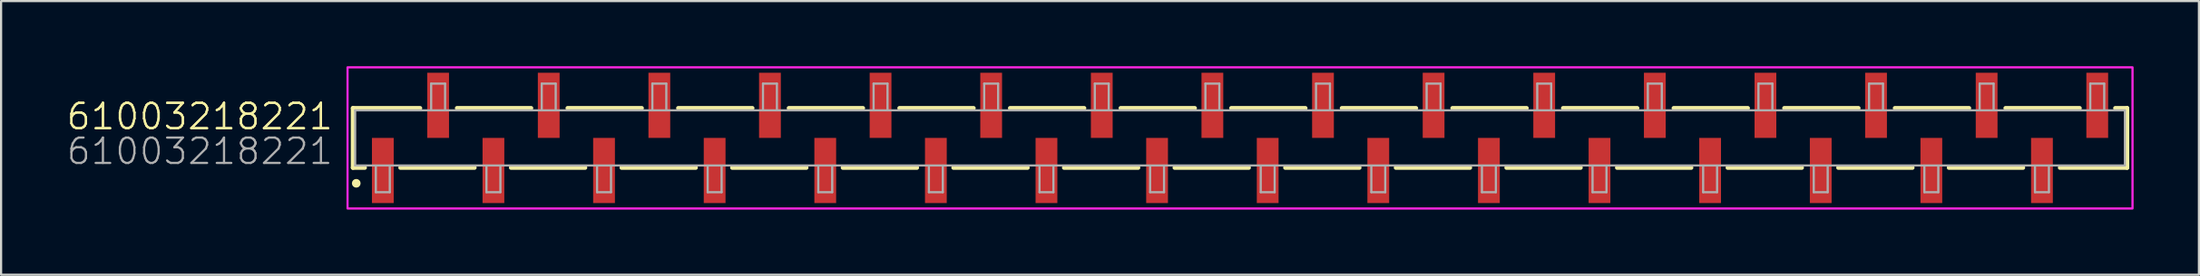
<source format=kicad_pcb>
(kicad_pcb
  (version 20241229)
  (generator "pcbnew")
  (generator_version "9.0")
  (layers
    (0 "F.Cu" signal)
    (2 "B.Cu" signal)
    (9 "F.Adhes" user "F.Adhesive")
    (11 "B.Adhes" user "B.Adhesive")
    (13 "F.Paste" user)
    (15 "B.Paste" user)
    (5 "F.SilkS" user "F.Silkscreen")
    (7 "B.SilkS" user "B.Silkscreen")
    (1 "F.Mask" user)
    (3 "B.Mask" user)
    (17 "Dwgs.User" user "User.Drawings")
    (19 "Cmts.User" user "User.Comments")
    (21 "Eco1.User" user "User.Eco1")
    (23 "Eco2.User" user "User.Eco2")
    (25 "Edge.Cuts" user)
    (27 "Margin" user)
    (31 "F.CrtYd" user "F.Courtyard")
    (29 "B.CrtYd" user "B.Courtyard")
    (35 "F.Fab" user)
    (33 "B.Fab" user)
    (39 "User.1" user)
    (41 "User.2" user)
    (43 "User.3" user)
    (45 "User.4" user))
  (footprint "61003218221"
    (layer "F.Cu")
    (at 53.902 3.3)
    (property "Reference" "61003218221" (at -41.59 -0.3 0) (unlocked yes) (layer "F.SilkS") (effects (font (size 1.168 1.168) (thickness 0.102)) (justify right bottom)))
    (property "Value" "61003218221" (at -41.59 1.3 0) (unlocked yes) (layer "F.Fab") (hide yes) (effects (font (size 1.168 1.168) (thickness 0.102)) (justify right bottom)))
    (fp_line (start -40.74 -1.37) (end -40.74 1.37) (stroke (width 0.2) (type solid)) (layer "F.SilkS"))
    (fp_line (start -40.74 1.37) (end -40.2 1.37) (stroke (width 0.2) (type solid)) (layer "F.SilkS"))
    (fp_line (start -38.56 1.37) (end -35.16 1.37) (stroke (width 0.2) (type solid)) (layer "F.SilkS"))
    (fp_line (start -37.66 -1.37) (end -40.74 -1.37) (stroke (width 0.2) (type solid)) (layer "F.SilkS"))
    (fp_line (start -35.96 -1.37) (end -32.56 -1.37) (stroke (width 0.2) (type solid)) (layer "F.SilkS"))
    (fp_line (start -33.48 1.37) (end -30.08 1.37) (stroke (width 0.2) (type solid)) (layer "F.SilkS"))
    (fp_line (start -30.88 -1.37) (end -27.48 -1.37) (stroke (width 0.2) (type solid)) (layer "F.SilkS"))
    (fp_line (start -28.4 1.37) (end -25 1.37) (stroke (width 0.2) (type solid)) (layer "F.SilkS"))
    (fp_line (start -25.8 -1.37) (end -22.4 -1.37) (stroke (width 0.2) (type solid)) (layer "F.SilkS"))
    (fp_line (start -23.32 1.37) (end -19.92 1.37) (stroke (width 0.2) (type solid)) (layer "F.SilkS"))
    (fp_line (start -20.72 -1.37) (end -17.32 -1.37) (stroke (width 0.2) (type solid)) (layer "F.SilkS"))
    (fp_line (start -18.24 1.37) (end -14.84 1.37) (stroke (width 0.2) (type solid)) (layer "F.SilkS"))
    (fp_line (start -15.64 -1.37) (end -12.24 -1.37) (stroke (width 0.2) (type solid)) (layer "F.SilkS"))
    (fp_line (start -13.16 1.37) (end -9.76 1.37) (stroke (width 0.2) (type solid)) (layer "F.SilkS"))
    (fp_line (start -10.56 -1.37) (end -7.16 -1.37) (stroke (width 0.2) (type solid)) (layer "F.SilkS"))
    (fp_line (start -8.08 1.37) (end -4.68 1.37) (stroke (width 0.2) (type solid)) (layer "F.SilkS"))
    (fp_line (start -5.48 -1.37) (end -2.08 -1.37) (stroke (width 0.2) (type solid)) (layer "F.SilkS"))
    (fp_line (start -0.4 -1.37) (end 3 -1.37) (stroke (width 0.2) (type solid)) (layer "F.SilkS"))
    (fp_line (start 0.4 1.37) (end -3 1.37) (stroke (width 0.2) (type solid)) (layer "F.SilkS"))
    (fp_line (start 4.68 -1.37) (end 8.08 -1.37) (stroke (width 0.2) (type solid)) (layer "F.SilkS"))
    (fp_line (start 5.48 1.37) (end 2.08 1.37) (stroke (width 0.2) (type solid)) (layer "F.SilkS"))
    (fp_line (start 9.76 -1.37) (end 13.16 -1.37) (stroke (width 0.2) (type solid)) (layer "F.SilkS"))
    (fp_line (start 10.56 1.37) (end 7.16 1.37) (stroke (width 0.2) (type solid)) (layer "F.SilkS"))
    (fp_line (start 14.84 -1.37) (end 18.24 -1.37) (stroke (width 0.2) (type solid)) (layer "F.SilkS"))
    (fp_line (start 15.64 1.37) (end 12.24 1.37) (stroke (width 0.2) (type solid)) (layer "F.SilkS"))
    (fp_line (start 19.92 -1.37) (end 23.32 -1.37) (stroke (width 0.2) (type solid)) (layer "F.SilkS"))
    (fp_line (start 20.72 1.37) (end 17.32 1.37) (stroke (width 0.2) (type solid)) (layer "F.SilkS"))
    (fp_line (start 25 -1.37) (end 28.4 -1.37) (stroke (width 0.2) (type solid)) (layer "F.SilkS"))
    (fp_line (start 25.8 1.37) (end 22.4 1.37) (stroke (width 0.2) (type solid)) (layer "F.SilkS"))
    (fp_line (start 30.08 -1.37) (end 33.48 -1.37) (stroke (width 0.2) (type solid)) (layer "F.SilkS"))
    (fp_line (start 30.88 1.37) (end 27.48 1.37) (stroke (width 0.2) (type solid)) (layer "F.SilkS"))
    (fp_line (start 35.16 -1.37) (end 38.56 -1.37) (stroke (width 0.2) (type solid)) (layer "F.SilkS"))
    (fp_line (start 35.96 1.37) (end 32.56 1.37) (stroke (width 0.2) (type solid)) (layer "F.SilkS"))
    (fp_line (start 37.66 1.37) (end 40.74 1.37) (stroke (width 0.2) (type solid)) (layer "F.SilkS"))
    (fp_line (start 40.74 -1.37) (end 40.2 -1.37) (stroke (width 0.2) (type solid)) (layer "F.SilkS"))
    (fp_line (start 40.74 1.37) (end 40.74 -1.37) (stroke (width 0.2) (type solid)) (layer "F.SilkS"))
    (fp_circle (center -40.59 2.09) (end -40.49 2.09) (stroke (width 0.2) (type solid)) (fill no) (layer "F.SilkS"))
    (fp_poly (pts (xy 40.99 3.25) (xy -40.99 3.25) (xy -40.99 -3.25) (xy 40.99 -3.25)) (stroke (width 0.1) (type default)) (fill no) (layer "F.CrtYd"))
    (fp_line (start -40.64 -1.27) (end -40.64 1.27) (stroke (width 0.1) (type solid)) (layer "F.Fab"))
    (fp_line (start -40.64 1.27) (end 40.64 1.27) (stroke (width 0.1) (type solid)) (layer "F.Fab"))
    (fp_line (start -39.69 2.5) (end -39.69 1.3) (stroke (width 0.1) (type solid)) (layer "F.Fab"))
    (fp_line (start -39.05 1.3) (end -39.05 2.5) (stroke (width 0.1) (type solid)) (layer "F.Fab"))
    (fp_line (start -39.05 2.5) (end -39.69 2.5) (stroke (width 0.1) (type solid)) (layer "F.Fab"))
    (fp_line (start -37.15 -2.5) (end -36.51 -2.5) (stroke (width 0.1) (type solid)) (layer "F.Fab"))
    (fp_line (start -37.15 -1.3) (end -37.15 -2.5) (stroke (width 0.1) (type solid)) (layer "F.Fab"))
    (fp_line (start -36.51 -2.5) (end -36.51 -1.3) (stroke (width 0.1) (type solid)) (layer "F.Fab"))
    (fp_line (start -34.61 2.5) (end -34.61 1.3) (stroke (width 0.1) (type solid)) (layer "F.Fab"))
    (fp_line (start -33.97 1.3) (end -33.97 2.5) (stroke (width 0.1) (type solid)) (layer "F.Fab"))
    (fp_line (start -33.97 2.5) (end -34.61 2.5) (stroke (width 0.1) (type solid)) (layer "F.Fab"))
    (fp_line (start -32.07 -2.5) (end -31.43 -2.5) (stroke (width 0.1) (type solid)) (layer "F.Fab"))
    (fp_line (start -32.07 -1.3) (end -32.07 -2.5) (stroke (width 0.1) (type solid)) (layer "F.Fab"))
    (fp_line (start -31.43 -2.5) (end -31.43 -1.3) (stroke (width 0.1) (type solid)) (layer "F.Fab"))
    (fp_line (start -29.53 2.5) (end -29.53 1.3) (stroke (width 0.1) (type solid)) (layer "F.Fab"))
    (fp_line (start -28.89 1.3) (end -28.89 2.5) (stroke (width 0.1) (type solid)) (layer "F.Fab"))
    (fp_line (start -28.89 2.5) (end -29.53 2.5) (stroke (width 0.1) (type solid)) (layer "F.Fab"))
    (fp_line (start -26.99 -2.5) (end -26.35 -2.5) (stroke (width 0.1) (type solid)) (layer "F.Fab"))
    (fp_line (start -26.99 -1.3) (end -26.99 -2.5) (stroke (width 0.1) (type solid)) (layer "F.Fab"))
    (fp_line (start -26.35 -2.5) (end -26.35 -1.3) (stroke (width 0.1) (type solid)) (layer "F.Fab"))
    (fp_line (start -24.45 2.5) (end -24.45 1.3) (stroke (width 0.1) (type solid)) (layer "F.Fab"))
    (fp_line (start -23.81 1.3) (end -23.81 2.5) (stroke (width 0.1) (type solid)) (layer "F.Fab"))
    (fp_line (start -23.81 2.5) (end -24.45 2.5) (stroke (width 0.1) (type solid)) (layer "F.Fab"))
    (fp_line (start -21.91 -2.5) (end -21.27 -2.5) (stroke (width 0.1) (type solid)) (layer "F.Fab"))
    (fp_line (start -21.91 -1.3) (end -21.91 -2.5) (stroke (width 0.1) (type solid)) (layer "F.Fab"))
    (fp_line (start -21.27 -2.5) (end -21.27 -1.3) (stroke (width 0.1) (type solid)) (layer "F.Fab"))
    (fp_line (start -19.37 2.5) (end -19.37 1.3) (stroke (width 0.1) (type solid)) (layer "F.Fab"))
    (fp_line (start -18.73 1.3) (end -18.73 2.5) (stroke (width 0.1) (type solid)) (layer "F.Fab"))
    (fp_line (start -18.73 2.5) (end -19.37 2.5) (stroke (width 0.1) (type solid)) (layer "F.Fab"))
    (fp_line (start -16.83 -2.5) (end -16.19 -2.5) (stroke (width 0.1) (type solid)) (layer "F.Fab"))
    (fp_line (start -16.83 -1.3) (end -16.83 -2.5) (stroke (width 0.1) (type solid)) (layer "F.Fab"))
    (fp_line (start -16.19 -2.5) (end -16.19 -1.3) (stroke (width 0.1) (type solid)) (layer "F.Fab"))
    (fp_line (start -14.29 2.5) (end -14.29 1.3) (stroke (width 0.1) (type solid)) (layer "F.Fab"))
    (fp_line (start -13.65 1.3) (end -13.65 2.5) (stroke (width 0.1) (type solid)) (layer "F.Fab"))
    (fp_line (start -13.65 2.5) (end -14.29 2.5) (stroke (width 0.1) (type solid)) (layer "F.Fab"))
    (fp_line (start -11.75 -2.5) (end -11.11 -2.5) (stroke (width 0.1) (type solid)) (layer "F.Fab"))
    (fp_line (start -11.75 -1.3) (end -11.75 -2.5) (stroke (width 0.1) (type solid)) (layer "F.Fab"))
    (fp_line (start -11.11 -2.5) (end -11.11 -1.3) (stroke (width 0.1) (type solid)) (layer "F.Fab"))
    (fp_line (start -9.21 2.5) (end -9.21 1.3) (stroke (width 0.1) (type solid)) (layer "F.Fab"))
    (fp_line (start -8.57 1.3) (end -8.57 2.5) (stroke (width 0.1) (type solid)) (layer "F.Fab"))
    (fp_line (start -8.57 2.5) (end -9.21 2.5) (stroke (width 0.1) (type solid)) (layer "F.Fab"))
    (fp_line (start -6.67 -2.5) (end -6.03 -2.5) (stroke (width 0.1) (type solid)) (layer "F.Fab"))
    (fp_line (start -6.67 -1.3) (end -6.67 -2.5) (stroke (width 0.1) (type solid)) (layer "F.Fab"))
    (fp_line (start -6.03 -2.5) (end -6.03 -1.3) (stroke (width 0.1) (type solid)) (layer "F.Fab"))
    (fp_line (start -4.13 2.5) (end -4.13 1.3) (stroke (width 0.1) (type solid)) (layer "F.Fab"))
    (fp_line (start -3.49 1.3) (end -3.49 2.5) (stroke (width 0.1) (type solid)) (layer "F.Fab"))
    (fp_line (start -3.49 2.5) (end -4.13 2.5) (stroke (width 0.1) (type solid)) (layer "F.Fab"))
    (fp_line (start -1.59 -2.5) (end -0.95 -2.5) (stroke (width 0.1) (type solid)) (layer "F.Fab"))
    (fp_line (start -1.59 -1.3) (end -1.59 -2.5) (stroke (width 0.1) (type solid)) (layer "F.Fab"))
    (fp_line (start -0.95 -2.5) (end -0.95 -1.3) (stroke (width 0.1) (type solid)) (layer "F.Fab"))
    (fp_line (start 0.95 2.5) (end 0.95 1.3) (stroke (width 0.1) (type solid)) (layer "F.Fab"))
    (fp_line (start 1.59 1.3) (end 1.59 2.5) (stroke (width 0.1) (type solid)) (layer "F.Fab"))
    (fp_line (start 1.59 2.5) (end 0.95 2.5) (stroke (width 0.1) (type solid)) (layer "F.Fab"))
    (fp_line (start 3.49 -2.5) (end 4.13 -2.5) (stroke (width 0.1) (type solid)) (layer "F.Fab"))
    (fp_line (start 3.49 -1.3) (end 3.49 -2.5) (stroke (width 0.1) (type solid)) (layer "F.Fab"))
    (fp_line (start 4.13 -2.5) (end 4.13 -1.3) (stroke (width 0.1) (type solid)) (layer "F.Fab"))
    (fp_line (start 6.03 2.5) (end 6.03 1.3) (stroke (width 0.1) (type solid)) (layer "F.Fab"))
    (fp_line (start 6.67 1.3) (end 6.67 2.5) (stroke (width 0.1) (type solid)) (layer "F.Fab"))
    (fp_line (start 6.67 2.5) (end 6.03 2.5) (stroke (width 0.1) (type solid)) (layer "F.Fab"))
    (fp_line (start 8.57 -2.5) (end 9.21 -2.5) (stroke (width 0.1) (type solid)) (layer "F.Fab"))
    (fp_line (start 8.57 -1.3) (end 8.57 -2.5) (stroke (width 0.1) (type solid)) (layer "F.Fab"))
    (fp_line (start 9.21 -2.5) (end 9.21 -1.3) (stroke (width 0.1) (type solid)) (layer "F.Fab"))
    (fp_line (start 11.11 2.5) (end 11.11 1.3) (stroke (width 0.1) (type solid)) (layer "F.Fab"))
    (fp_line (start 11.75 1.3) (end 11.75 2.5) (stroke (width 0.1) (type solid)) (layer "F.Fab"))
    (fp_line (start 11.75 2.5) (end 11.11 2.5) (stroke (width 0.1) (type solid)) (layer "F.Fab"))
    (fp_line (start 13.65 -2.5) (end 14.29 -2.5) (stroke (width 0.1) (type solid)) (layer "F.Fab"))
    (fp_line (start 13.65 -1.3) (end 13.65 -2.5) (stroke (width 0.1) (type solid)) (layer "F.Fab"))
    (fp_line (start 14.29 -2.5) (end 14.29 -1.3) (stroke (width 0.1) (type solid)) (layer "F.Fab"))
    (fp_line (start 16.19 2.5) (end 16.19 1.3) (stroke (width 0.1) (type solid)) (layer "F.Fab"))
    (fp_line (start 16.83 1.3) (end 16.83 2.5) (stroke (width 0.1) (type solid)) (layer "F.Fab"))
    (fp_line (start 16.83 2.5) (end 16.19 2.5) (stroke (width 0.1) (type solid)) (layer "F.Fab"))
    (fp_line (start 18.73 -2.5) (end 19.37 -2.5) (stroke (width 0.1) (type solid)) (layer "F.Fab"))
    (fp_line (start 18.73 -1.3) (end 18.73 -2.5) (stroke (width 0.1) (type solid)) (layer "F.Fab"))
    (fp_line (start 19.37 -2.5) (end 19.37 -1.3) (stroke (width 0.1) (type solid)) (layer "F.Fab"))
    (fp_line (start 21.27 2.5) (end 21.27 1.3) (stroke (width 0.1) (type solid)) (layer "F.Fab"))
    (fp_line (start 21.91 1.3) (end 21.91 2.5) (stroke (width 0.1) (type solid)) (layer "F.Fab"))
    (fp_line (start 21.91 2.5) (end 21.27 2.5) (stroke (width 0.1) (type solid)) (layer "F.Fab"))
    (fp_line (start 23.81 -2.5) (end 24.45 -2.5) (stroke (width 0.1) (type solid)) (layer "F.Fab"))
    (fp_line (start 23.81 -1.3) (end 23.81 -2.5) (stroke (width 0.1) (type solid)) (layer "F.Fab"))
    (fp_line (start 24.45 -2.5) (end 24.45 -1.3) (stroke (width 0.1) (type solid)) (layer "F.Fab"))
    (fp_line (start 26.35 2.5) (end 26.35 1.3) (stroke (width 0.1) (type solid)) (layer "F.Fab"))
    (fp_line (start 26.99 1.3) (end 26.99 2.5) (stroke (width 0.1) (type solid)) (layer "F.Fab"))
    (fp_line (start 26.99 2.5) (end 26.35 2.5) (stroke (width 0.1) (type solid)) (layer "F.Fab"))
    (fp_line (start 28.89 -2.5) (end 29.53 -2.5) (stroke (width 0.1) (type solid)) (layer "F.Fab"))
    (fp_line (start 28.89 -1.3) (end 28.89 -2.5) (stroke (width 0.1) (type solid)) (layer "F.Fab"))
    (fp_line (start 29.53 -2.5) (end 29.53 -1.3) (stroke (width 0.1) (type solid)) (layer "F.Fab"))
    (fp_line (start 31.43 2.5) (end 31.43 1.3) (stroke (width 0.1) (type solid)) (layer "F.Fab"))
    (fp_line (start 32.07 1.3) (end 32.07 2.5) (stroke (width 0.1) (type solid)) (layer "F.Fab"))
    (fp_line (start 32.07 2.5) (end 31.43 2.5) (stroke (width 0.1) (type solid)) (layer "F.Fab"))
    (fp_line (start 33.97 -2.5) (end 34.61 -2.5) (stroke (width 0.1) (type solid)) (layer "F.Fab"))
    (fp_line (start 33.97 -1.3) (end 33.97 -2.5) (stroke (width 0.1) (type solid)) (layer "F.Fab"))
    (fp_line (start 34.61 -2.5) (end 34.61 -1.3) (stroke (width 0.1) (type solid)) (layer "F.Fab"))
    (fp_line (start 36.51 2.5) (end 36.51 1.3) (stroke (width 0.1) (type solid)) (layer "F.Fab"))
    (fp_line (start 37.15 1.3) (end 37.15 2.5) (stroke (width 0.1) (type solid)) (layer "F.Fab"))
    (fp_line (start 37.15 2.5) (end 36.51 2.5) (stroke (width 0.1) (type solid)) (layer "F.Fab"))
    (fp_line (start 39.05 -2.5) (end 39.69 -2.5) (stroke (width 0.1) (type solid)) (layer "F.Fab"))
    (fp_line (start 39.05 -1.3) (end 39.05 -2.5) (stroke (width 0.1) (type solid)) (layer "F.Fab"))
    (fp_line (start 39.69 -2.5) (end 39.69 -1.3) (stroke (width 0.1) (type solid)) (layer "F.Fab"))
    (fp_line (start 40.64 -1.27) (end -40.64 -1.27) (stroke (width 0.1) (type solid)) (layer "F.Fab"))
    (fp_line (start 40.64 1.27) (end 40.64 -1.27) (stroke (width 0.1) (type solid)) (layer "F.Fab"))
    (fp_text user "${REFERENCE}" (at -41.59 -0.3 0) (unlocked yes) (layer "F.SilkS") (effects (font (size 1.168 1.168) (thickness 0.102)) (justify right bottom)))
    (fp_text user "${VALUE}" (at -41.59 1.3 0) (unlocked yes) (layer "F.Fab") (effects (font (size 1.168 1.168) (thickness 0.102)) (justify right bottom)))
    (pad "1" smd rect (at -39.37 1.5) (size 1 3) (layers "F.Cu" "F.Mask" "F.Paste"))
    (pad "2" smd rect (at -36.83 -1.5) (size 1 3) (layers "F.Cu" "F.Mask" "F.Paste"))
    (pad "3" smd rect (at -34.29 1.5) (size 1 3) (layers "F.Cu" "F.Mask" "F.Paste"))
    (pad "4" smd rect (at -31.75 -1.5) (size 1 3) (layers "F.Cu" "F.Mask" "F.Paste"))
    (pad "5" smd rect (at -29.21 1.5) (size 1 3) (layers "F.Cu" "F.Mask" "F.Paste"))
    (pad "6" smd rect (at -26.67 -1.5) (size 1 3) (layers "F.Cu" "F.Mask" "F.Paste"))
    (pad "7" smd rect (at -24.13 1.5) (size 1 3) (layers "F.Cu" "F.Mask" "F.Paste"))
    (pad "8" smd rect (at -21.59 -1.5) (size 1 3) (layers "F.Cu" "F.Mask" "F.Paste"))
    (pad "9" smd rect (at -19.05 1.5) (size 1 3) (layers "F.Cu" "F.Mask" "F.Paste"))
    (pad "10" smd rect (at -16.51 -1.5) (size 1 3) (layers "F.Cu" "F.Mask" "F.Paste"))
    (pad "11" smd rect (at -13.97 1.5) (size 1 3) (layers "F.Cu" "F.Mask" "F.Paste"))
    (pad "12" smd rect (at -11.43 -1.5) (size 1 3) (layers "F.Cu" "F.Mask" "F.Paste"))
    (pad "13" smd rect (at -8.89 1.5) (size 1 3) (layers "F.Cu" "F.Mask" "F.Paste"))
    (pad "14" smd rect (at -6.35 -1.5) (size 1 3) (layers "F.Cu" "F.Mask" "F.Paste"))
    (pad "15" smd rect (at -3.81 1.5) (size 1 3) (layers "F.Cu" "F.Mask" "F.Paste"))
    (pad "16" smd rect (at -1.27 -1.5) (size 1 3) (layers "F.Cu" "F.Mask" "F.Paste"))
    (pad "17" smd rect (at 1.27 1.5 180) (size 1 3) (layers "F.Cu" "F.Mask" "F.Paste"))
    (pad "18" smd rect (at 3.81 -1.5 180) (size 1 3) (layers "F.Cu" "F.Mask" "F.Paste"))
    (pad "19" smd rect (at 6.35 1.5 180) (size 1 3) (layers "F.Cu" "F.Mask" "F.Paste"))
    (pad "20" smd rect (at 8.89 -1.5 180) (size 1 3) (layers "F.Cu" "F.Mask" "F.Paste"))
    (pad "21" smd rect (at 11.43 1.5 180) (size 1 3) (layers "F.Cu" "F.Mask" "F.Paste"))
    (pad "22" smd rect (at 13.97 -1.5 180) (size 1 3) (layers "F.Cu" "F.Mask" "F.Paste"))
    (pad "23" smd rect (at 16.51 1.5 180) (size 1 3) (layers "F.Cu" "F.Mask" "F.Paste"))
    (pad "24" smd rect (at 19.05 -1.5 180) (size 1 3) (layers "F.Cu" "F.Mask" "F.Paste"))
    (pad "25" smd rect (at 21.59 1.5 180) (size 1 3) (layers "F.Cu" "F.Mask" "F.Paste"))
    (pad "26" smd rect (at 24.13 -1.5 180) (size 1 3) (layers "F.Cu" "F.Mask" "F.Paste"))
    (pad "27" smd rect (at 26.67 1.5 180) (size 1 3) (layers "F.Cu" "F.Mask" "F.Paste"))
    (pad "28" smd rect (at 29.21 -1.5 180) (size 1 3) (layers "F.Cu" "F.Mask" "F.Paste"))
    (pad "29" smd rect (at 31.75 1.5 180) (size 1 3) (layers "F.Cu" "F.Mask" "F.Paste"))
    (pad "30" smd rect (at 34.29 -1.5 180) (size 1 3) (layers "F.Cu" "F.Mask" "F.Paste"))
    (pad "31" smd rect (at 36.83 1.5 180) (size 1 3) (layers "F.Cu" "F.Mask" "F.Paste"))
    (pad "32" smd rect (at 39.37 -1.5 180) (size 1 3) (layers "F.Cu" "F.Mask" "F.Paste")))
  (gr_rect
    (start -3 -3)
    (end 97.942 9.6)
    (stroke (width 0.1) (type default))
    (fill no)
    (layer "Edge.Cuts")))
</source>
